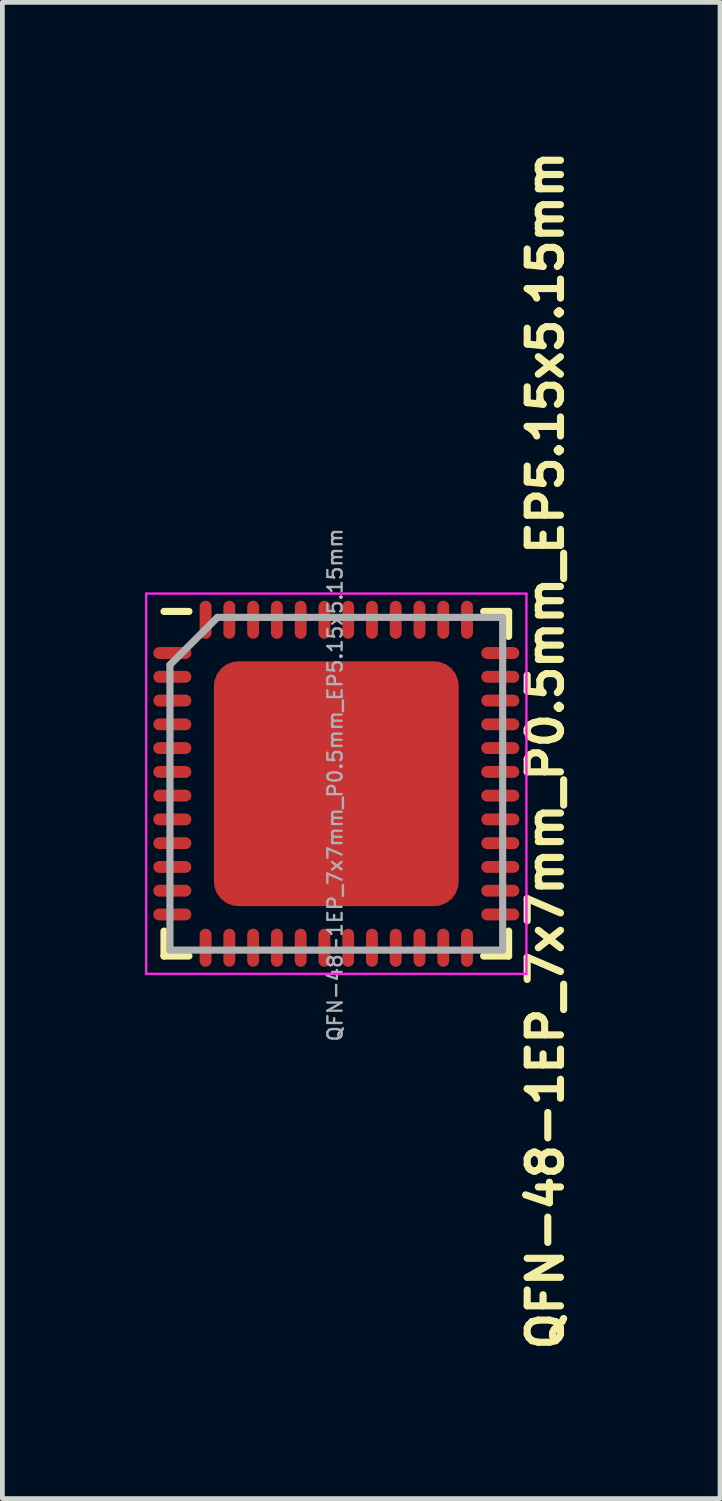
<source format=kicad_pcb>
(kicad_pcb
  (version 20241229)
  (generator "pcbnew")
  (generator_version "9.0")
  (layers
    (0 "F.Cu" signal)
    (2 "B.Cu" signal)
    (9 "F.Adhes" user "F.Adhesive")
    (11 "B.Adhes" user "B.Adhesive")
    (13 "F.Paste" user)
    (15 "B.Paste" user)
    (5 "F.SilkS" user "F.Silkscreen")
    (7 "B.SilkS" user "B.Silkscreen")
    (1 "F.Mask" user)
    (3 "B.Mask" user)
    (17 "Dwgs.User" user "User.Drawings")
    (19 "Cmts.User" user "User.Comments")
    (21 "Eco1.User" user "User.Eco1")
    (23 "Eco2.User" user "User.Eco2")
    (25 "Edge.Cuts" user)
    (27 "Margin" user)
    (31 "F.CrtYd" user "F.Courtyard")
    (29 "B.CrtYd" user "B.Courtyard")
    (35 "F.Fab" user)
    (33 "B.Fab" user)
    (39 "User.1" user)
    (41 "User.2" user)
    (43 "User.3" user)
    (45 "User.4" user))
  (footprint "QFN-48-1EP_7x7mm_P0.5mm_EP5.15x5.15mm"
    (layer "F.Cu")
    (at 4.025 13.438)
    (property "Reference" "QFN-48-1EP_7x7mm_P0.5mm_EP5.15x5.15mm" (at 4.4 -0.7 90) (layer "F.SilkS") (effects (font (size 0.7 0.7) (thickness 0.15))))
    (attr smd)
    (fp_line (start -3.625 -3.625) (end -3.1 -3.625) (stroke (width 0.15) (type solid)) (layer "F.SilkS"))
    (fp_line (start -3.625 3.625) (end -3.625 3.1) (stroke (width 0.15) (type solid)) (layer "F.SilkS"))
    (fp_line (start -3.625 3.625) (end -3.1 3.625) (stroke (width 0.15) (type solid)) (layer "F.SilkS"))
    (fp_line (start 3.625 -3.625) (end 3.1 -3.625) (stroke (width 0.15) (type solid)) (layer "F.SilkS"))
    (fp_line (start 3.625 -3.625) (end 3.625 -3.1) (stroke (width 0.15) (type solid)) (layer "F.SilkS"))
    (fp_line (start 3.625 3.625) (end 3.1 3.625) (stroke (width 0.15) (type solid)) (layer "F.SilkS"))
    (fp_line (start 3.625 3.625) (end 3.625 3.1) (stroke (width 0.15) (type solid)) (layer "F.SilkS"))
    (fp_line (start -4 -4) (end -4 4) (stroke (width 0.05) (type solid)) (layer "F.CrtYd"))
    (fp_line (start -4 -4) (end 4 -4) (stroke (width 0.05) (type solid)) (layer "F.CrtYd"))
    (fp_line (start -4 4) (end 4 4) (stroke (width 0.05) (type solid)) (layer "F.CrtYd"))
    (fp_line (start 4 -4) (end 4 4) (stroke (width 0.05) (type solid)) (layer "F.CrtYd"))
    (fp_line (start -3.5 -2.5) (end -2.5 -3.5) (stroke (width 0.15) (type solid)) (layer "F.Fab"))
    (fp_line (start -3.5 3.5) (end -3.5 -2.5) (stroke (width 0.15) (type solid)) (layer "F.Fab"))
    (fp_line (start -2.5 -3.5) (end 3.5 -3.5) (stroke (width 0.15) (type solid)) (layer "F.Fab"))
    (fp_line (start 3.5 -3.5) (end 3.5 3.5) (stroke (width 0.15) (type solid)) (layer "F.Fab"))
    (fp_line (start 3.5 3.5) (end -3.5 3.5) (stroke (width 0.15) (type solid)) (layer "F.Fab"))
    (fp_text user "${REFERENCE}" (at -0.025 0.025 90) (layer "F.Fab") (effects (font (size 0.3 0.3) (thickness 0.05))))
    (pad "" smd rect (at -1.03 -1.03) (size 1.5 1.5) (layers "F.Paste"))
    (pad "" smd rect (at -1.03 1.03) (size 1.5 1.5) (layers "F.Paste"))
    (pad "" smd rect (at 1.03 -1.03) (size 1.5 1.5) (layers "F.Paste"))
    (pad "" smd rect (at 1.03 1.03) (size 1.5 1.5) (layers "F.Paste"))
    (pad "1" smd oval (at -3.45 -2.75) (size 0.8 0.25) (layers "F.Cu" "F.Mask" "F.Paste"))
    (pad "2" smd oval (at -3.45 -2.25) (size 0.8 0.25) (layers "F.Cu" "F.Mask" "F.Paste"))
    (pad "3" smd oval (at -3.45 -1.75) (size 0.8 0.25) (layers "F.Cu" "F.Mask" "F.Paste"))
    (pad "4" smd oval (at -3.45 -1.25) (size 0.8 0.25) (layers "F.Cu" "F.Mask" "F.Paste"))
    (pad "5" smd oval (at -3.45 -0.75) (size 0.8 0.25) (layers "F.Cu" "F.Mask" "F.Paste"))
    (pad "6" smd oval (at -3.45 -0.25) (size 0.8 0.25) (layers "F.Cu" "F.Mask" "F.Paste"))
    (pad "7" smd oval (at -3.45 0.25) (size 0.8 0.25) (layers "F.Cu" "F.Mask" "F.Paste"))
    (pad "8" smd oval (at -3.45 0.75) (size 0.8 0.25) (layers "F.Cu" "F.Mask" "F.Paste"))
    (pad "9" smd oval (at -3.45 1.25) (size 0.8 0.25) (layers "F.Cu" "F.Mask" "F.Paste"))
    (pad "10" smd oval (at -3.45 1.75) (size 0.8 0.25) (layers "F.Cu" "F.Mask" "F.Paste"))
    (pad "11" smd oval (at -3.45 2.25) (size 0.8 0.25) (layers "F.Cu" "F.Mask" "F.Paste"))
    (pad "12" smd oval (at -3.45 2.75) (size 0.8 0.25) (layers "F.Cu" "F.Mask" "F.Paste"))
    (pad "13" smd oval (at -2.75 3.45 90) (size 0.8 0.25) (layers "F.Cu" "F.Mask" "F.Paste"))
    (pad "14" smd oval (at -2.25 3.45 90) (size 0.8 0.25) (layers "F.Cu" "F.Mask" "F.Paste"))
    (pad "15" smd oval (at -1.75 3.45 90) (size 0.8 0.25) (layers "F.Cu" "F.Mask" "F.Paste"))
    (pad "16" smd oval (at -1.25 3.45 90) (size 0.8 0.25) (layers "F.Cu" "F.Mask" "F.Paste"))
    (pad "17" smd oval (at -0.75 3.45 90) (size 0.8 0.25) (layers "F.Cu" "F.Mask" "F.Paste"))
    (pad "18" smd oval (at -0.25 3.45 90) (size 0.8 0.25) (layers "F.Cu" "F.Mask" "F.Paste"))
    (pad "19" smd oval (at 0.25 3.45 90) (size 0.8 0.25) (layers "F.Cu" "F.Mask" "F.Paste"))
    (pad "20" smd oval (at 0.75 3.45 90) (size 0.8 0.25) (layers "F.Cu" "F.Mask" "F.Paste"))
    (pad "21" smd oval (at 1.25 3.45 90) (size 0.8 0.25) (layers "F.Cu" "F.Mask" "F.Paste"))
    (pad "22" smd oval (at 1.75 3.45 90) (size 0.8 0.25) (layers "F.Cu" "F.Mask" "F.Paste"))
    (pad "23" smd oval (at 2.25 3.45 90) (size 0.8 0.25) (layers "F.Cu" "F.Mask" "F.Paste"))
    (pad "24" smd oval (at 2.75 3.45 90) (size 0.8 0.25) (layers "F.Cu" "F.Mask" "F.Paste"))
    (pad "25" smd oval (at 3.45 2.75) (size 0.8 0.25) (layers "F.Cu" "F.Mask" "F.Paste"))
    (pad "26" smd oval (at 3.45 2.25) (size 0.8 0.25) (layers "F.Cu" "F.Mask" "F.Paste"))
    (pad "27" smd oval (at 3.45 1.75) (size 0.8 0.25) (layers "F.Cu" "F.Mask" "F.Paste"))
    (pad "28" smd oval (at 3.45 1.25) (size 0.8 0.25) (layers "F.Cu" "F.Mask" "F.Paste"))
    (pad "29" smd oval (at 3.45 0.75) (size 0.8 0.25) (layers "F.Cu" "F.Mask" "F.Paste"))
    (pad "30" smd oval (at 3.45 0.25) (size 0.8 0.25) (layers "F.Cu" "F.Mask" "F.Paste"))
    (pad "31" smd oval (at 3.45 -0.25) (size 0.8 0.25) (layers "F.Cu" "F.Mask" "F.Paste"))
    (pad "32" smd oval (at 3.45 -0.75) (size 0.8 0.25) (layers "F.Cu" "F.Mask" "F.Paste"))
    (pad "33" smd oval (at 3.45 -1.25) (size 0.8 0.25) (layers "F.Cu" "F.Mask" "F.Paste"))
    (pad "34" smd oval (at 3.45 -1.75) (size 0.8 0.25) (layers "F.Cu" "F.Mask" "F.Paste"))
    (pad "35" smd oval (at 3.45 -2.25) (size 0.8 0.25) (layers "F.Cu" "F.Mask" "F.Paste"))
    (pad "36" smd oval (at 3.45 -2.75) (size 0.8 0.25) (layers "F.Cu" "F.Mask" "F.Paste"))
    (pad "37" smd oval (at 2.75 -3.45 90) (size 0.8 0.25) (layers "F.Cu" "F.Mask" "F.Paste"))
    (pad "38" smd oval (at 2.25 -3.45 90) (size 0.8 0.25) (layers "F.Cu" "F.Mask" "F.Paste"))
    (pad "39" smd oval (at 1.75 -3.45 90) (size 0.8 0.25) (layers "F.Cu" "F.Mask" "F.Paste"))
    (pad "40" smd oval (at 1.25 -3.45 90) (size 0.8 0.25) (layers "F.Cu" "F.Mask" "F.Paste"))
    (pad "41" smd oval (at 0.75 -3.45 90) (size 0.8 0.25) (layers "F.Cu" "F.Mask" "F.Paste"))
    (pad "42" smd oval (at 0.25 -3.45 90) (size 0.8 0.25) (layers "F.Cu" "F.Mask" "F.Paste"))
    (pad "43" smd oval (at -0.25 -3.45 90) (size 0.8 0.25) (layers "F.Cu" "F.Mask" "F.Paste"))
    (pad "44" smd oval (at -0.75 -3.45 90) (size 0.8 0.25) (layers "F.Cu" "F.Mask" "F.Paste"))
    (pad "45" smd oval (at -1.25 -3.45 90) (size 0.8 0.25) (layers "F.Cu" "F.Mask" "F.Paste"))
    (pad "46" smd oval (at -1.75 -3.45 90) (size 0.8 0.25) (layers "F.Cu" "F.Mask" "F.Paste"))
    (pad "47" smd oval (at -2.25 -3.45 90) (size 0.8 0.25) (layers "F.Cu" "F.Mask" "F.Paste"))
    (pad "48" smd oval (at -2.75 -3.45 90) (size 0.8 0.25) (layers "F.Cu" "F.Mask" "F.Paste"))
    (pad "49" smd roundrect (at 0 0) (size 5.15 5.15) (layers "F.Cu" "F.Mask") (roundrect_rratio 0.1)))
  (gr_rect
    (start -3 -3)
    (end 12.098 28.477)
    (stroke (width 0.1) (type default))
    (fill no)
    (layer "Edge.Cuts")))
</source>
